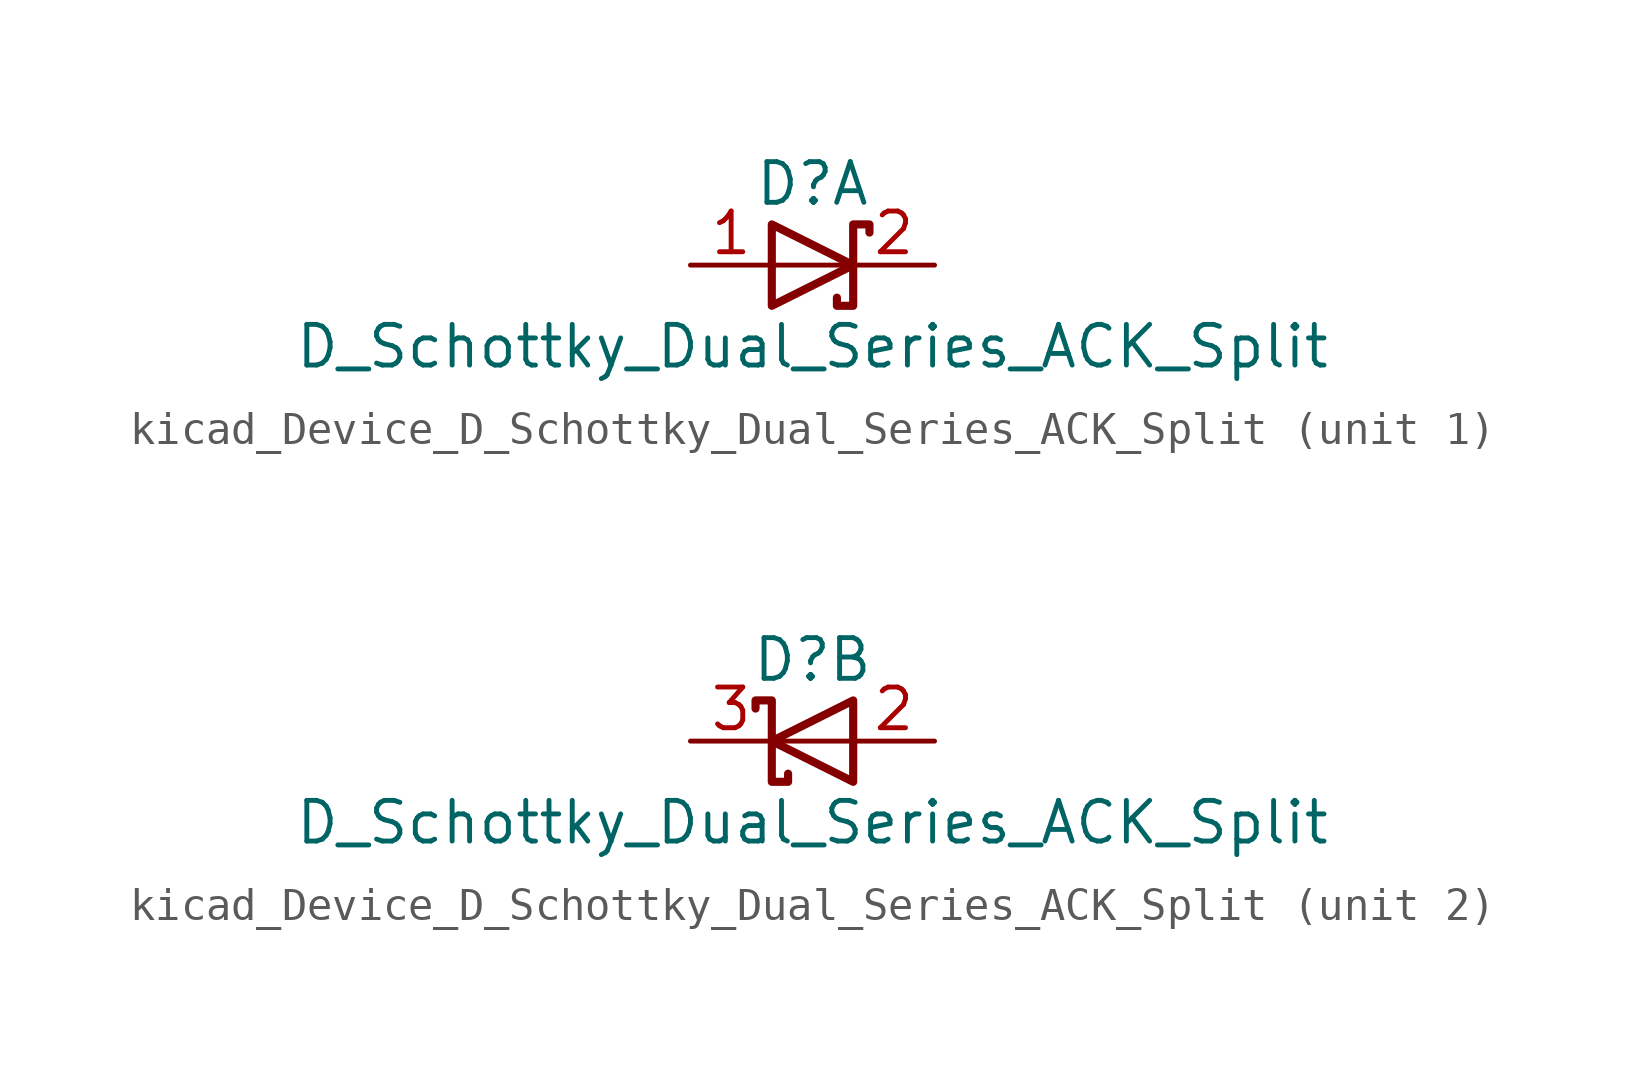
<source format=kicad_sym>
(kicad_symbol_lib
  (version 20220914)
  (generator kicad_symbol_editor)
  (symbol "kicad_Device_D_Schottky_Dual_Series_ACK_Split"
    (pin_names
      (offset 0.762) hide)
    (property "Reference" "D"
      (at 0 2.54 0)
      (effects (font (size 1.27 1.27))))
    (property "Value" "D_Schottky_Dual_Series_ACK_Split"
      (at 0 -2.54 0)
      (effects (font (size 1.27 1.27))))
    (property "ki_locked" ""
      (at 0 0 0)
      (effects (font (size 1.27 1.27))))
    (symbol "kicad_Device_D_Schottky_Dual_Series_ACK_Split_0_1"
      (pin passive line (at 3.81 0 180) (length 2.54) (name "K" (effects (font (size 1.27 1.27)))) (number "2" (effects (font (size 1.27 1.27))))))
    (symbol "kicad_Device_D_Schottky_Dual_Series_ACK_Split_1_1"
      (polyline (pts (xy 1.27 0) (xy -1.27 0)) (stroke (width 0) (type default)) (fill (type none)))
      (polyline (pts (xy -1.27 1.27) (xy 1.27 0) (xy -1.27 -1.27) (xy -1.27 1.27) (xy -1.27 1.27) (xy -1.27 1.27)) (stroke (width 0.254) (type default)) (fill (type none)))
      (polyline (pts (xy 1.778 1.016) (xy 1.778 1.27) (xy 1.27 1.27) (xy 1.27 -1.27) (xy 0.762 -1.27) (xy 0.762 -1.016)) (stroke (width 0.254) (type default)) (fill (type none)))
      (pin passive line (at -3.81 0 0) (length 2.54) (name "A" (effects (font (size 1.27 1.27)))) (number "1" (effects (font (size 1.27 1.27))))))
    (symbol "kicad_Device_D_Schottky_Dual_Series_ACK_Split_2_1"
      (polyline (pts (xy -1.27 0) (xy 1.27 0)) (stroke (width 0) (type default)) (fill (type none)))
      (polyline (pts (xy -1.778 1.016) (xy -1.778 1.27) (xy -1.27 1.27) (xy -1.27 -1.27) (xy -0.762 -1.27) (xy -0.762 -1.016)) (stroke (width 0.254) (type default)) (fill (type none)))
      (polyline (pts (xy 1.27 1.27) (xy -1.27 0) (xy 1.27 -1.27) (xy 1.27 1.27) (xy 1.27 1.27) (xy 1.27 1.27)) (stroke (width 0.254) (type default)) (fill (type none)))
      (pin passive line (at -3.81 0 0) (length 2.54) (name "K" (effects (font (size 1.27 1.27)))) (number "3" (effects (font (size 1.27 1.27))))))))
</source>
